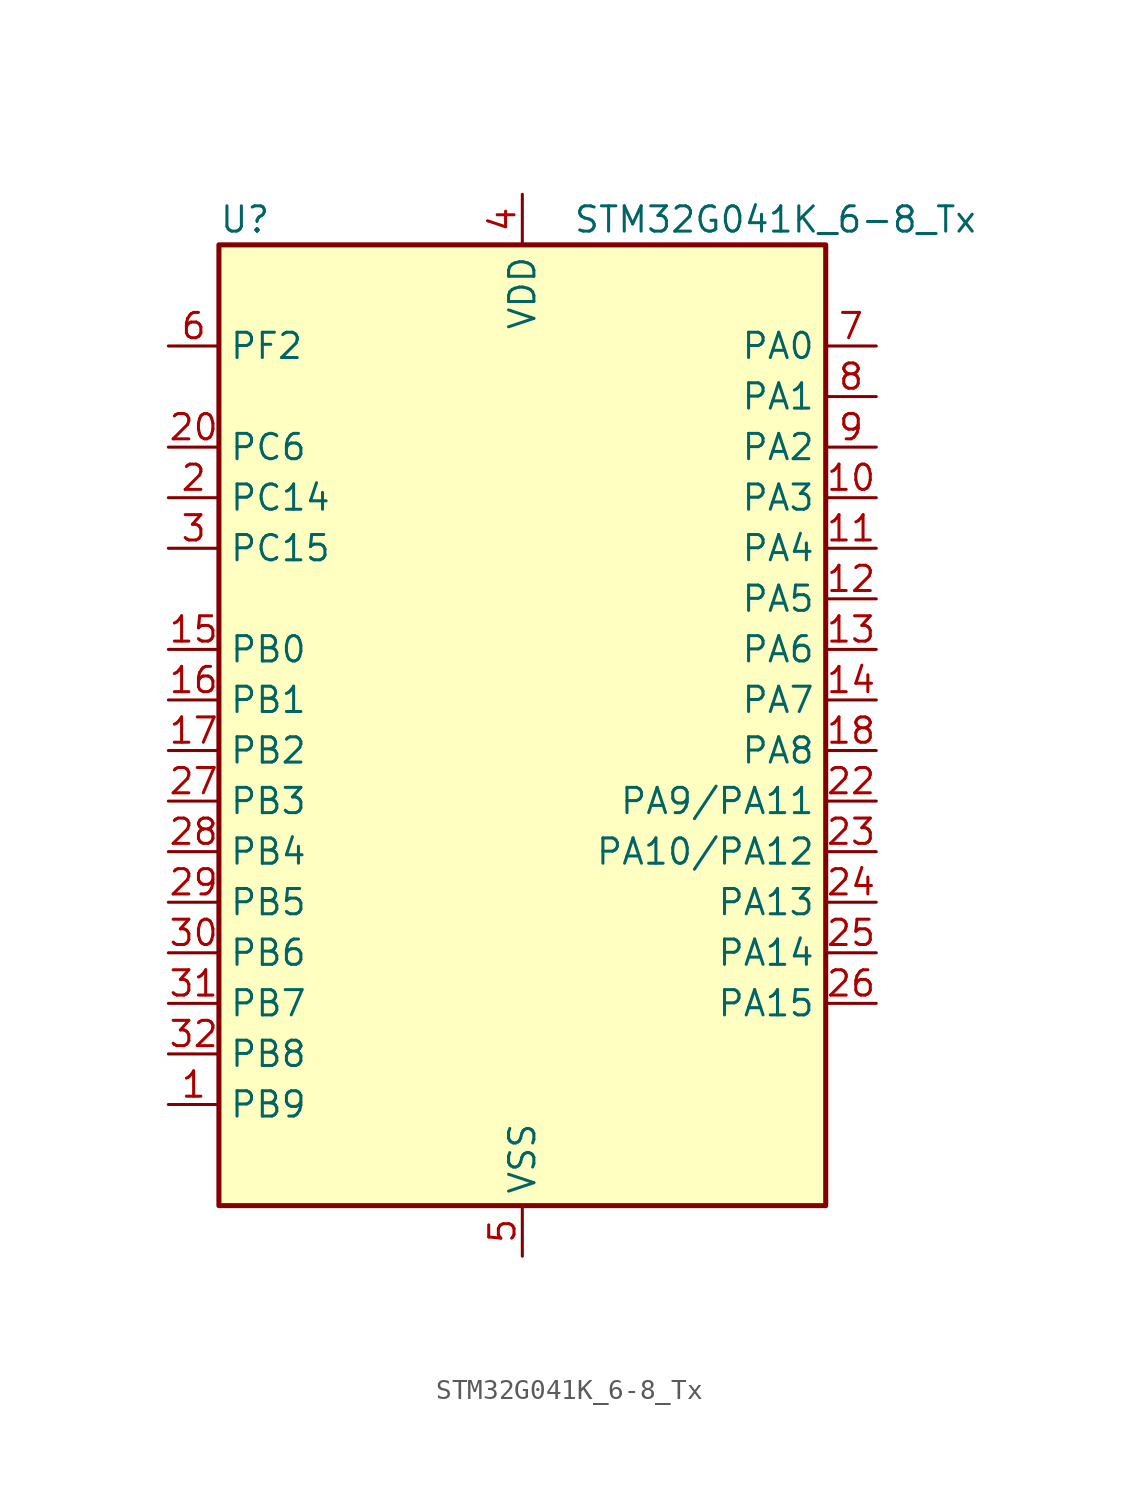
<source format=kicad_sym>
(kicad_symbol_lib
  (version 20241209)
  (generator "kicad_symbol_editor")
  (generator_version "9.0")
  (symbol "STM32G041K_6-8_Tx"
    (property "Reference" "U"
      (at -15.24 26.67 0)
      (effects (font (size 1.27 1.27)) (justify left)))
    (property "Value" "STM32G041K_6-8_Tx"
      (at 2.54 26.67 0)
      (effects (font (size 1.27 1.27)) (justify left)))
    (symbol "STM32G041K_6-8_Tx_0_1"
      (rectangle (start -15.24 -22.86) (end 15.24 25.4) (stroke (width 0.254) (type default)) (fill (type background))))
    (symbol "STM32G041K_6-8_Tx_1_1"
      (pin bidirectional line (at -17.78 20.32 0) (length 2.54) (name "PF2" (effects (font (size 1.27 1.27)))) (number "6" (effects (font (size 1.27 1.27)))) (alternate "RCC_MCO" bidirectional line))
      (pin bidirectional line (at -17.78 15.24 0) (length 2.54) (name "PC6" (effects (font (size 1.27 1.27)))) (number "20" (effects (font (size 1.27 1.27)))) (alternate "TIM2_CH3" bidirectional line) (alternate "TIM3_CH1" bidirectional line))
      (pin bidirectional line (at -17.78 12.7 0) (length 2.54) (name "PC14" (effects (font (size 1.27 1.27)))) (number "2" (effects (font (size 1.27 1.27)))) (alternate "RCC_OSC32_IN" bidirectional line) (alternate "RCC_OSC_IN" bidirectional line) (alternate "TIM1_BK2" bidirectional line))
      (pin bidirectional line (at -17.78 10.16 0) (length 2.54) (name "PC15" (effects (font (size 1.27 1.27)))) (number "3" (effects (font (size 1.27 1.27)))) (alternate "RCC_OSC32_EN" bidirectional line) (alternate "RCC_OSC32_OUT" bidirectional line) (alternate "RCC_OSC_EN" bidirectional line))
      (pin bidirectional line (at -17.78 5.08 0) (length 2.54) (name "PB0" (effects (font (size 1.27 1.27)))) (number "15" (effects (font (size 1.27 1.27)))) (alternate "ADC1_IN8" bidirectional line) (alternate "I2S1_WS" bidirectional line) (alternate "LPTIM1_OUT" bidirectional line) (alternate "SPI1_NSS" bidirectional line) (alternate "TIM1_CH2N" bidirectional line) (alternate "TIM3_CH3" bidirectional line))
      (pin bidirectional line (at -17.78 2.54 0) (length 2.54) (name "PB1" (effects (font (size 1.27 1.27)))) (number "16" (effects (font (size 1.27 1.27)))) (alternate "ADC1_IN9" bidirectional line) (alternate "LPTIM2_IN1" bidirectional line) (alternate "LPUART1_DE" bidirectional line) (alternate "LPUART1_RTS" bidirectional line) (alternate "TIM14_CH1" bidirectional line) (alternate "TIM1_CH3N" bidirectional line) (alternate "TIM3_CH4" bidirectional line))
      (pin bidirectional line (at -17.78 0 0) (length 2.54) (name "PB2" (effects (font (size 1.27 1.27)))) (number "17" (effects (font (size 1.27 1.27)))) (alternate "ADC1_IN10" bidirectional line) (alternate "LPTIM1_OUT" bidirectional line) (alternate "SPI2_MISO" bidirectional line))
      (pin bidirectional line (at -17.78 -2.54 0) (length 2.54) (name "PB3" (effects (font (size 1.27 1.27)))) (number "27" (effects (font (size 1.27 1.27)))) (alternate "I2S1_CK" bidirectional line) (alternate "SPI1_SCK" bidirectional line) (alternate "TIM1_CH2" bidirectional line) (alternate "TIM2_CH2" bidirectional line) (alternate "USART1_CK" bidirectional line) (alternate "USART1_DE" bidirectional line) (alternate "USART1_RTS" bidirectional line))
      (pin bidirectional line (at -17.78 -5.08 0) (length 2.54) (name "PB4" (effects (font (size 1.27 1.27)))) (number "28" (effects (font (size 1.27 1.27)))) (alternate "I2S1_MCK" bidirectional line) (alternate "SPI1_MISO" bidirectional line) (alternate "TIM17_BK" bidirectional line) (alternate "TIM3_CH1" bidirectional line) (alternate "USART1_CTS" bidirectional line) (alternate "USART1_NSS" bidirectional line))
      (pin bidirectional line (at -17.78 -7.62 0) (length 2.54) (name "PB5" (effects (font (size 1.27 1.27)))) (number "29" (effects (font (size 1.27 1.27)))) (alternate "I2C1_SMBA" bidirectional line) (alternate "I2S1_SD" bidirectional line) (alternate "LPTIM1_IN1" bidirectional line) (alternate "SPI1_MOSI" bidirectional line) (alternate "SYS_WKUP6" bidirectional line) (alternate "TIM16_BK" bidirectional line) (alternate "TIM3_CH2" bidirectional line))
      (pin bidirectional line (at -17.78 -10.16 0) (length 2.54) (name "PB6" (effects (font (size 1.27 1.27)))) (number "30" (effects (font (size 1.27 1.27)))) (alternate "I2C1_SCL" bidirectional line) (alternate "LPTIM1_ETR" bidirectional line) (alternate "SPI2_MISO" bidirectional line) (alternate "TIM16_CH1N" bidirectional line) (alternate "TIM1_CH3" bidirectional line) (alternate "USART1_TX" bidirectional line))
      (pin bidirectional line (at -17.78 -12.7 0) (length 2.54) (name "PB7" (effects (font (size 1.27 1.27)))) (number "31" (effects (font (size 1.27 1.27)))) (alternate "ADC1_IN11" bidirectional line) (alternate "I2C1_SDA" bidirectional line) (alternate "LPTIM1_IN2" bidirectional line) (alternate "SPI2_MOSI" bidirectional line) (alternate "SYS_PVD_IN" bidirectional line) (alternate "TIM17_CH1N" bidirectional line) (alternate "USART1_RX" bidirectional line))
      (pin bidirectional line (at -17.78 -15.24 0) (length 2.54) (name "PB8" (effects (font (size 1.27 1.27)))) (number "32" (effects (font (size 1.27 1.27)))) (alternate "I2C1_SCL" bidirectional line) (alternate "SPI2_SCK" bidirectional line) (alternate "TIM16_CH1" bidirectional line))
      (pin bidirectional line (at -17.78 -17.78 0) (length 2.54) (name "PB9" (effects (font (size 1.27 1.27)))) (number "1" (effects (font (size 1.27 1.27)))) (alternate "I2C1_SDA" bidirectional line) (alternate "IR_OUT" bidirectional line) (alternate "SPI2_NSS" bidirectional line) (alternate "TIM17_CH1" bidirectional line))
      (pin no_connect line (at -15.24 -20.32 0) (length 2.54) (hide yes) (name "NC/PA10" (effects (font (size 1.27 1.27)))) (number "21" (effects (font (size 1.27 1.27)))) (alternate "I2C1_SDA (PA10)" bidirectional line) (alternate "NC" bidirectional line) (alternate "PA10" bidirectional line) (alternate "SPI2_MOSI (PA10)" bidirectional line) (alternate "TIM17_BK (PA10)" bidirectional line) (alternate "TIM1_CH3 (PA10)" bidirectional line) (alternate "USART1_RX (PA10)" bidirectional line))
      (pin no_connect line (at -15.24 -22.86 0) (length 2.54) (hide yes) (name "NC/PA9" (effects (font (size 1.27 1.27)))) (number "19" (effects (font (size 1.27 1.27)))) (alternate "I2C1_SCL (PA9)" bidirectional line) (alternate "NC" bidirectional line) (alternate "PA9" bidirectional line) (alternate "RCC_MCO (PA9)" bidirectional line) (alternate "SPI2_MISO (PA9)" bidirectional line) (alternate "TIM1_CH2 (PA9)" bidirectional line) (alternate "USART1_TX (PA9)" bidirectional line))
      (pin power_in line (at 0 27.94 270) (length 2.54) (name "VDD" (effects (font (size 1.27 1.27)))) (number "4" (effects (font (size 1.27 1.27)))))
      (pin power_in line (at 0 -25.4 90) (length 2.54) (name "VSS" (effects (font (size 1.27 1.27)))) (number "5" (effects (font (size 1.27 1.27)))))
      (pin bidirectional line (at 17.78 20.32 180) (length 2.54) (name "PA0" (effects (font (size 1.27 1.27)))) (number "7" (effects (font (size 1.27 1.27)))) (alternate "ADC1_IN0" bidirectional line) (alternate "LPTIM1_OUT" bidirectional line) (alternate "RTC_TAMP_IN2" bidirectional line) (alternate "SPI2_SCK" bidirectional line) (alternate "SYS_WKUP1" bidirectional line) (alternate "TIM2_CH1" bidirectional line) (alternate "TIM2_ETR" bidirectional line) (alternate "USART2_CTS" bidirectional line) (alternate "USART2_NSS" bidirectional line))
      (pin bidirectional line (at 17.78 17.78 180) (length 2.54) (name "PA1" (effects (font (size 1.27 1.27)))) (number "8" (effects (font (size 1.27 1.27)))) (alternate "ADC1_IN1" bidirectional line) (alternate "I2C1_SMBA" bidirectional line) (alternate "I2S1_CK" bidirectional line) (alternate "SPI1_SCK" bidirectional line) (alternate "TIM2_CH2" bidirectional line) (alternate "USART2_CK" bidirectional line) (alternate "USART2_DE" bidirectional line) (alternate "USART2_RTS" bidirectional line))
      (pin bidirectional line (at 17.78 15.24 180) (length 2.54) (name "PA2" (effects (font (size 1.27 1.27)))) (number "9" (effects (font (size 1.27 1.27)))) (alternate "ADC1_IN2" bidirectional line) (alternate "I2S1_SD" bidirectional line) (alternate "LPUART1_TX" bidirectional line) (alternate "RCC_LSCO" bidirectional line) (alternate "SPI1_MOSI" bidirectional line) (alternate "SYS_WKUP4" bidirectional line) (alternate "TIM2_CH3" bidirectional line) (alternate "USART2_TX" bidirectional line))
      (pin bidirectional line (at 17.78 12.7 180) (length 2.54) (name "PA3" (effects (font (size 1.27 1.27)))) (number "10" (effects (font (size 1.27 1.27)))) (alternate "ADC1_IN3" bidirectional line) (alternate "LPUART1_RX" bidirectional line) (alternate "SPI2_MISO" bidirectional line) (alternate "TIM2_CH4" bidirectional line) (alternate "USART2_RX" bidirectional line))
      (pin bidirectional line (at 17.78 10.16 180) (length 2.54) (name "PA4" (effects (font (size 1.27 1.27)))) (number "11" (effects (font (size 1.27 1.27)))) (alternate "ADC1_IN4" bidirectional line) (alternate "I2S1_WS" bidirectional line) (alternate "LPTIM2_OUT" bidirectional line) (alternate "RTC_OUT_ALARM" bidirectional line) (alternate "RTC_OUT_CALIB" bidirectional line) (alternate "RTC_TAMP_IN1" bidirectional line) (alternate "RTC_TS" bidirectional line) (alternate "SPI1_NSS" bidirectional line) (alternate "SPI2_MOSI" bidirectional line) (alternate "SYS_WKUP2" bidirectional line) (alternate "TIM14_CH1" bidirectional line))
      (pin bidirectional line (at 17.78 7.62 180) (length 2.54) (name "PA5" (effects (font (size 1.27 1.27)))) (number "12" (effects (font (size 1.27 1.27)))) (alternate "ADC1_IN5" bidirectional line) (alternate "I2S1_CK" bidirectional line) (alternate "LPTIM2_ETR" bidirectional line) (alternate "SPI1_SCK" bidirectional line) (alternate "TIM2_CH1" bidirectional line) (alternate "TIM2_ETR" bidirectional line))
      (pin bidirectional line (at 17.78 5.08 180) (length 2.54) (name "PA6" (effects (font (size 1.27 1.27)))) (number "13" (effects (font (size 1.27 1.27)))) (alternate "ADC1_IN6" bidirectional line) (alternate "I2S1_MCK" bidirectional line) (alternate "LPUART1_CTS" bidirectional line) (alternate "SPI1_MISO" bidirectional line) (alternate "TIM16_CH1" bidirectional line) (alternate "TIM1_BK" bidirectional line) (alternate "TIM3_CH1" bidirectional line))
      (pin bidirectional line (at 17.78 2.54 180) (length 2.54) (name "PA7" (effects (font (size 1.27 1.27)))) (number "14" (effects (font (size 1.27 1.27)))) (alternate "ADC1_IN7" bidirectional line) (alternate "I2S1_SD" bidirectional line) (alternate "SPI1_MOSI" bidirectional line) (alternate "TIM14_CH1" bidirectional line) (alternate "TIM17_CH1" bidirectional line) (alternate "TIM1_CH1N" bidirectional line) (alternate "TIM3_CH2" bidirectional line))
      (pin bidirectional line (at 17.78 0 180) (length 2.54) (name "PA8" (effects (font (size 1.27 1.27)))) (number "18" (effects (font (size 1.27 1.27)))) (alternate "LPTIM2_OUT" bidirectional line) (alternate "RCC_MCO" bidirectional line) (alternate "SPI2_NSS" bidirectional line) (alternate "TIM1_CH1" bidirectional line))
      (pin bidirectional line (at 17.78 -2.54 180) (length 2.54) (name "PA9/PA11" (effects (font (size 1.27 1.27)))) (number "22" (effects (font (size 1.27 1.27)))) (alternate "ADC1_EXTI11 (PA11)" bidirectional line) (alternate "ADC1_IN15 (PA11)" bidirectional line) (alternate "I2C1_SCL (PA9)" bidirectional line) (alternate "I2C2_SCL (PA11)" bidirectional line) (alternate "I2S1_MCK (PA11)" bidirectional line) (alternate "PA11" bidirectional line) (alternate "PA9" bidirectional line) (alternate "RCC_MCO (PA9)" bidirectional line) (alternate "SPI1_MISO (PA11)" bidirectional line) (alternate "SPI2_MISO (PA9)" bidirectional line) (alternate "TIM1_BK2 (PA11)" bidirectional line) (alternate "TIM1_CH2 (PA9)" bidirectional line) (alternate "TIM1_CH4 (PA11)" bidirectional line) (alternate "USART1_CTS (PA11)" bidirectional line) (alternate "USART1_NSS (PA11)" bidirectional line) (alternate "USART1_TX (PA9)" bidirectional line))
      (pin bidirectional line (at 17.78 -5.08 180) (length 2.54) (name "PA10/PA12" (effects (font (size 1.27 1.27)))) (number "23" (effects (font (size 1.27 1.27)))) (alternate "ADC1_IN16 (PA12)" bidirectional line) (alternate "I2C1_SDA (PA10)" bidirectional line) (alternate "I2C2_SDA (PA12)" bidirectional line) (alternate "I2S1_SD (PA12)" bidirectional line) (alternate "I2S_CKIN (PA12)" bidirectional line) (alternate "PA10" bidirectional line) (alternate "PA12" bidirectional line) (alternate "SPI1_MOSI (PA12)" bidirectional line) (alternate "SPI2_MOSI (PA10)" bidirectional line) (alternate "TIM17_BK (PA10)" bidirectional line) (alternate "TIM1_CH3 (PA10)" bidirectional line) (alternate "TIM1_ETR (PA12)" bidirectional line) (alternate "USART1_CK (PA12)" bidirectional line) (alternate "USART1_DE (PA12)" bidirectional line) (alternate "USART1_RTS (PA12)" bidirectional line) (alternate "USART1_RX (PA10)" bidirectional line))
      (pin bidirectional line (at 17.78 -7.62 180) (length 2.54) (name "PA13" (effects (font (size 1.27 1.27)))) (number "24" (effects (font (size 1.27 1.27)))) (alternate "ADC1_IN17" bidirectional line) (alternate "IR_OUT" bidirectional line) (alternate "SYS_SWDIO" bidirectional line))
      (pin bidirectional line (at 17.78 -10.16 180) (length 2.54) (name "PA14" (effects (font (size 1.27 1.27)))) (number "25" (effects (font (size 1.27 1.27)))) (alternate "ADC1_IN18" bidirectional line) (alternate "SYS_SWCLK" bidirectional line) (alternate "USART2_TX" bidirectional line))
      (pin bidirectional line (at 17.78 -12.7 180) (length 2.54) (name "PA15" (effects (font (size 1.27 1.27)))) (number "26" (effects (font (size 1.27 1.27)))) (alternate "I2S1_WS" bidirectional line) (alternate "SPI1_NSS" bidirectional line) (alternate "TIM2_CH1" bidirectional line) (alternate "TIM2_ETR" bidirectional line) (alternate "USART2_RX" bidirectional line)))))
</source>
